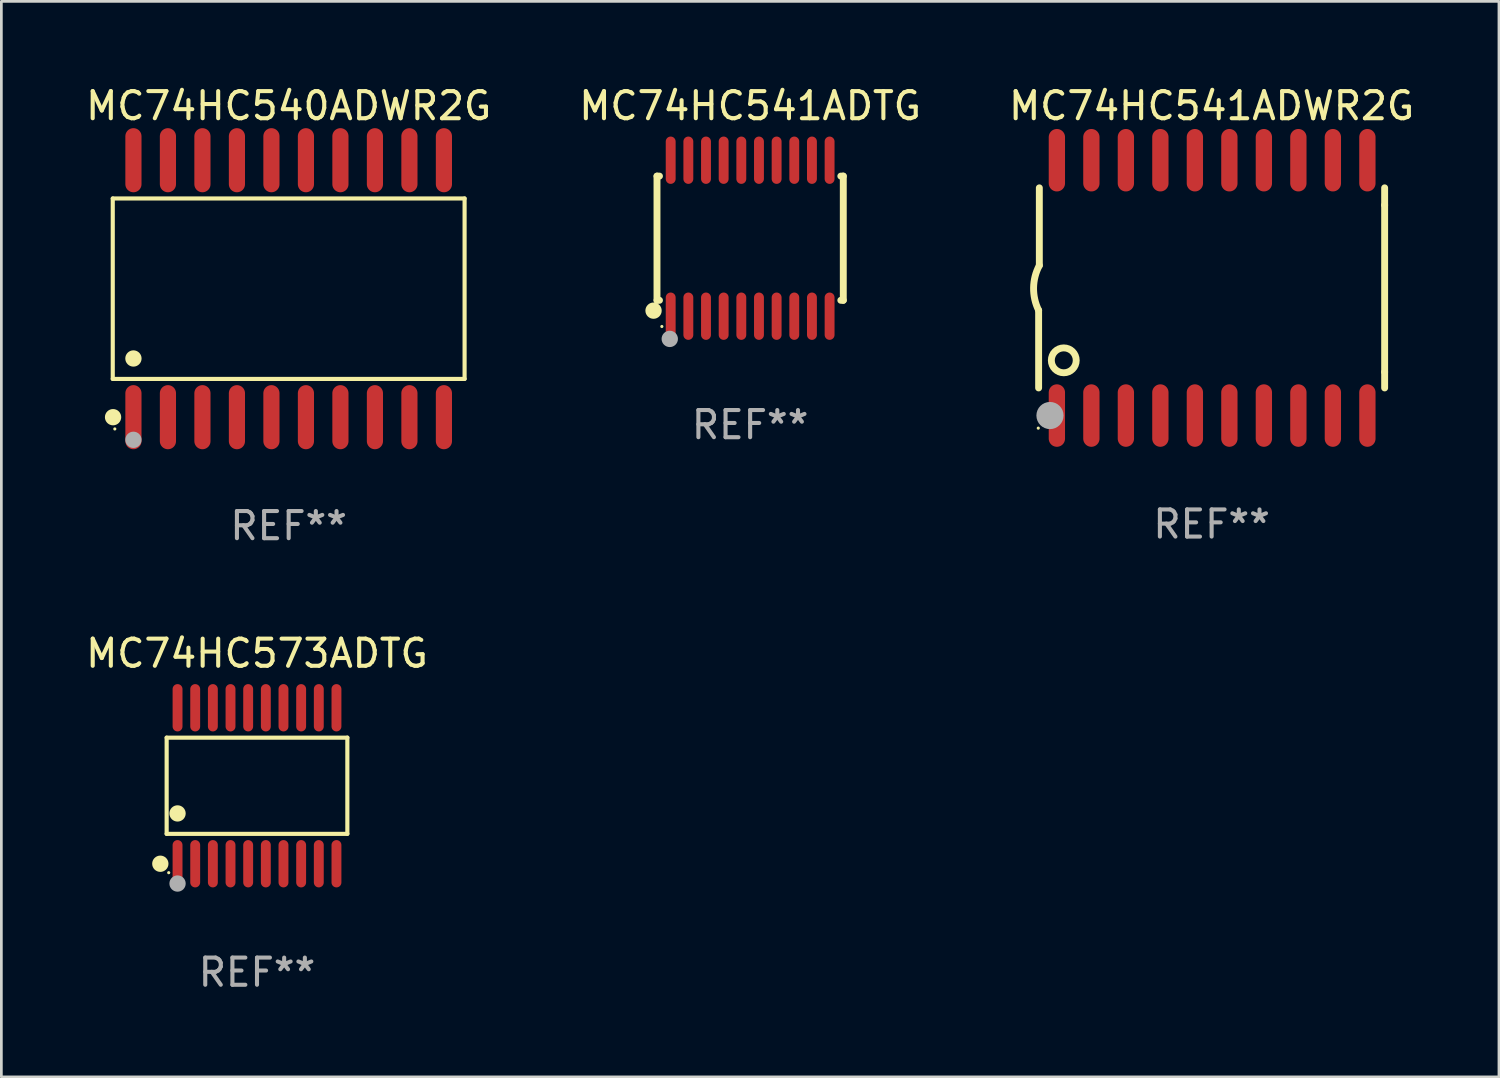
<source format=kicad_pcb>
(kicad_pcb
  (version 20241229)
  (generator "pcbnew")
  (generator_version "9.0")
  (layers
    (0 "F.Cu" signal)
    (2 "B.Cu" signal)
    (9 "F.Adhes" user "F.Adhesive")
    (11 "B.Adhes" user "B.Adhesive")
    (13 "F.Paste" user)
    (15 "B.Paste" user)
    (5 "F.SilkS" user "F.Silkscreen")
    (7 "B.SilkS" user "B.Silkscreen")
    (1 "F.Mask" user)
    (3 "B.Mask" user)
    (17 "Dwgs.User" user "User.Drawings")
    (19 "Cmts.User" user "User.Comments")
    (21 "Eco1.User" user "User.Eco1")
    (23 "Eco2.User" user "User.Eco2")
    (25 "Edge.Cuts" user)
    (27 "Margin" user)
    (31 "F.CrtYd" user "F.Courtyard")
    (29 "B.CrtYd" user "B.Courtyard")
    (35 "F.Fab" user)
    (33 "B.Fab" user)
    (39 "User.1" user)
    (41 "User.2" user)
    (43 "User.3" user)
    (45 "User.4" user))
  (footprint "MC74HC541ADWR2G"
    (layer "F.Cu")
    (at 41.554 7.548)
    (property "Reference" "MC74HC541ADWR2G" (at 0 -6.7 0) (layer "F.SilkS") (effects (font (size 1 1) (thickness 0.15))))
    (attr through_hole)
    (fp_line (start -6.369 0.826) (end -6.369 3.683) (stroke (width 0.254) (type solid)) (layer "F.SilkS"))
    (fp_line (start -6.343 -0.825) (end -6.343 -3.683) (stroke (width 0.254) (type solid)) (layer "F.SilkS"))
    (fp_line (start 6.369 -3.048) (end 6.369 -3.683) (stroke (width 0.254) (type solid)) (layer "F.SilkS"))
    (fp_line (start 6.369 -3.048) (end 6.369 3.096) (stroke (width 0.254) (type solid)) (layer "F.SilkS"))
    (fp_line (start 6.369 3.096) (end 6.369 3.683) (stroke (width 0.254) (type solid)) (layer "F.SilkS"))
    (fp_arc (start -6.36853 0.825552) (mid -6.554743 -0.00301) (end -6.343129 -0.825451) (stroke (width 0.254001) (type solid)) (layer "F.SilkS"))
    (fp_circle (center -6.382 5.163) (end -6.352 5.163) (stroke (width 0.06) (type solid)) (fill no) (layer "F.SilkS"))
    (fp_circle (center -5.443 2.667) (end -4.985 2.667) (stroke (width 0.254) (type solid)) (fill no) (layer "F.SilkS"))
    (fp_circle (center -5.951 4.699) (end -5.701 4.699) (stroke (width 0.5) (type solid)) (fill no) (layer "F.Fab"))
    (fp_text user "REF**" (at 0 8.7 0) (layer "F.Fab") (effects (font (size 1 1) (thickness 0.15))))
    (pad "1" smd oval (at -5.697 4.7 180) (size 0.6 2.3) (layers "F.Cu" "F.Mask" "F.Paste"))
    (pad "2" smd oval (at -4.427 4.7 180) (size 0.6 2.3) (layers "F.Cu" "F.Mask" "F.Paste"))
    (pad "3" smd oval (at -3.157 4.7 180) (size 0.6 2.3) (layers "F.Cu" "F.Mask" "F.Paste"))
    (pad "4" smd oval (at -1.887 4.7 180) (size 0.6 2.3) (layers "F.Cu" "F.Mask" "F.Paste"))
    (pad "5" smd oval (at -0.617 4.7 180) (size 0.6 2.3) (layers "F.Cu" "F.Mask" "F.Paste"))
    (pad "6" smd oval (at 0.653 4.7 180) (size 0.6 2.3) (layers "F.Cu" "F.Mask" "F.Paste"))
    (pad "7" smd oval (at 1.923 4.7 180) (size 0.6 2.3) (layers "F.Cu" "F.Mask" "F.Paste"))
    (pad "8" smd oval (at 3.193 4.7 180) (size 0.6 2.3) (layers "F.Cu" "F.Mask" "F.Paste"))
    (pad "9" smd oval (at 4.463 4.7 180) (size 0.6 2.3) (layers "F.Cu" "F.Mask" "F.Paste"))
    (pad "10" smd oval (at 5.734 4.7 180) (size 0.6 2.3) (layers "F.Cu" "F.Mask" "F.Paste"))
    (pad "11" smd oval (at 5.734 -4.7 180) (size 0.6 2.3) (layers "F.Cu" "F.Mask" "F.Paste"))
    (pad "12" smd oval (at 4.463 -4.7 180) (size 0.6 2.3) (layers "F.Cu" "F.Mask" "F.Paste"))
    (pad "13" smd oval (at 3.193 -4.7 180) (size 0.6 2.3) (layers "F.Cu" "F.Mask" "F.Paste"))
    (pad "14" smd oval (at 1.923 -4.7 180) (size 0.6 2.3) (layers "F.Cu" "F.Mask" "F.Paste"))
    (pad "15" smd oval (at 0.653 -4.7 180) (size 0.6 2.3) (layers "F.Cu" "F.Mask" "F.Paste"))
    (pad "16" smd oval (at -0.617 -4.7 180) (size 0.6 2.3) (layers "F.Cu" "F.Mask" "F.Paste"))
    (pad "17" smd oval (at -1.887 -4.7 180) (size 0.6 2.3) (layers "F.Cu" "F.Mask" "F.Paste"))
    (pad "18" smd oval (at -3.157 -4.7 180) (size 0.6 2.3) (layers "F.Cu" "F.Mask" "F.Paste"))
    (pad "19" smd oval (at -4.427 -4.7 180) (size 0.6 2.3) (layers "F.Cu" "F.Mask" "F.Paste"))
    (pad "20" smd oval (at -5.697 -4.7 180) (size 0.6 2.3) (layers "F.Cu" "F.Mask" "F.Paste")))
  (footprint "MC74HC540ADWR2G"
    (layer "F.Cu")
    (at 7.577 7.578)
    (property "Reference" "MC74HC540ADWR2G" (at 0 -6.73 0) (layer "F.SilkS") (effects (font (size 1 1) (thickness 0.15))))
    (attr through_hole)
    (fp_line (start -6.476 -3.321) (end 6.476 -3.321) (stroke (width 0.152) (type solid)) (layer "F.SilkS"))
    (fp_line (start -6.476 3.321) (end -6.476 -3.321) (stroke (width 0.152) (type solid)) (layer "F.SilkS"))
    (fp_line (start 6.476 -3.321) (end 6.476 3.321) (stroke (width 0.152) (type solid)) (layer "F.SilkS"))
    (fp_line (start 6.476 3.321) (end -6.476 3.321) (stroke (width 0.152) (type solid)) (layer "F.SilkS"))
    (fp_circle (center -6.465 4.73) (end -6.315 4.73) (stroke (width 0.3) (type solid)) (fill no) (layer "F.SilkS"))
    (fp_circle (center -6.4 5.163) (end -6.37 5.163) (stroke (width 0.06) (type solid)) (fill no) (layer "F.SilkS"))
    (fp_circle (center -5.715 2.569) (end -5.565 2.569) (stroke (width 0.3) (type solid)) (fill no) (layer "F.SilkS"))
    (fp_circle (center -5.715 5.563) (end -5.565 5.563) (stroke (width 0.3) (type solid)) (fill no) (layer "F.Fab"))
    (fp_text user "REF**" (at 0 8.73 0) (layer "F.Fab") (effects (font (size 1 1) (thickness 0.15))))
    (pad "1" smd oval (at -5.715 4.73) (size 0.595 2.36) (layers "F.Cu" "F.Mask" "F.Paste"))
    (pad "2" smd oval (at -4.445 4.73) (size 0.595 2.36) (layers "F.Cu" "F.Mask" "F.Paste"))
    (pad "3" smd oval (at -3.175 4.73) (size 0.595 2.36) (layers "F.Cu" "F.Mask" "F.Paste"))
    (pad "4" smd oval (at -1.905 4.73) (size 0.595 2.36) (layers "F.Cu" "F.Mask" "F.Paste"))
    (pad "5" smd oval (at -0.635 4.73) (size 0.595 2.36) (layers "F.Cu" "F.Mask" "F.Paste"))
    (pad "6" smd oval (at 0.635 4.73) (size 0.595 2.36) (layers "F.Cu" "F.Mask" "F.Paste"))
    (pad "7" smd oval (at 1.905 4.73) (size 0.595 2.36) (layers "F.Cu" "F.Mask" "F.Paste"))
    (pad "8" smd oval (at 3.175 4.73) (size 0.595 2.36) (layers "F.Cu" "F.Mask" "F.Paste"))
    (pad "9" smd oval (at 4.445 4.73) (size 0.595 2.36) (layers "F.Cu" "F.Mask" "F.Paste"))
    (pad "10" smd oval (at 5.715 4.73) (size 0.595 2.36) (layers "F.Cu" "F.Mask" "F.Paste"))
    (pad "11" smd oval (at 5.715 -4.73) (size 0.595 2.36) (layers "F.Cu" "F.Mask" "F.Paste"))
    (pad "12" smd oval (at 4.445 -4.73) (size 0.595 2.36) (layers "F.Cu" "F.Mask" "F.Paste"))
    (pad "13" smd oval (at 3.175 -4.73) (size 0.595 2.36) (layers "F.Cu" "F.Mask" "F.Paste"))
    (pad "14" smd oval (at 1.905 -4.73) (size 0.595 2.36) (layers "F.Cu" "F.Mask" "F.Paste"))
    (pad "15" smd oval (at 0.635 -4.73) (size 0.595 2.36) (layers "F.Cu" "F.Mask" "F.Paste"))
    (pad "16" smd oval (at -0.635 -4.73) (size 0.595 2.36) (layers "F.Cu" "F.Mask" "F.Paste"))
    (pad "17" smd oval (at -1.905 -4.73) (size 0.595 2.36) (layers "F.Cu" "F.Mask" "F.Paste"))
    (pad "18" smd oval (at -3.175 -4.73) (size 0.595 2.36) (layers "F.Cu" "F.Mask" "F.Paste"))
    (pad "19" smd oval (at -4.445 -4.73) (size 0.595 2.36) (layers "F.Cu" "F.Mask" "F.Paste"))
    (pad "20" smd oval (at -5.715 -4.73) (size 0.595 2.36) (layers "F.Cu" "F.Mask" "F.Paste")))
  (footprint "MC74HC573ADTG"
    (layer "F.Cu")
    (at 6.411 25.876)
    (property "Reference" "MC74HC573ADTG" (at 0 -4.871 0) (layer "F.SilkS") (effects (font (size 1 1) (thickness 0.15))))
    (attr through_hole)
    (fp_line (start -3.326 -1.771) (end 3.326 -1.771) (stroke (width 0.152) (type solid)) (layer "F.SilkS"))
    (fp_line (start -3.326 1.771) (end -3.326 -1.771) (stroke (width 0.152) (type solid)) (layer "F.SilkS"))
    (fp_line (start 3.326 -1.771) (end 3.326 1.771) (stroke (width 0.152) (type solid)) (layer "F.SilkS"))
    (fp_line (start 3.326 1.771) (end -3.326 1.771) (stroke (width 0.152) (type solid)) (layer "F.SilkS"))
    (fp_circle (center -3.559 2.871) (end -3.409 2.871) (stroke (width 0.3) (type solid)) (fill no) (layer "F.SilkS"))
    (fp_circle (center -3.25 3.2) (end -3.22 3.2) (stroke (width 0.06) (type solid)) (fill no) (layer "F.SilkS"))
    (fp_circle (center -2.925 1.019) (end -2.775 1.019) (stroke (width 0.3) (type solid)) (fill no) (layer "F.SilkS"))
    (fp_circle (center -2.925 3.6) (end -2.775 3.6) (stroke (width 0.3) (type solid)) (fill no) (layer "F.Fab"))
    (fp_text user "REF**" (at 0 6.871 0) (layer "F.Fab") (effects (font (size 1 1) (thickness 0.15))))
    (pad "1" smd oval (at -2.925 2.871) (size 0.364 1.742) (layers "F.Cu" "F.Mask" "F.Paste"))
    (pad "2" smd oval (at -2.275 2.871) (size 0.364 1.742) (layers "F.Cu" "F.Mask" "F.Paste"))
    (pad "3" smd oval (at -1.625 2.871) (size 0.364 1.742) (layers "F.Cu" "F.Mask" "F.Paste"))
    (pad "4" smd oval (at -0.975 2.871) (size 0.364 1.742) (layers "F.Cu" "F.Mask" "F.Paste"))
    (pad "5" smd oval (at -0.325 2.871) (size 0.364 1.742) (layers "F.Cu" "F.Mask" "F.Paste"))
    (pad "6" smd oval (at 0.325 2.871) (size 0.364 1.742) (layers "F.Cu" "F.Mask" "F.Paste"))
    (pad "7" smd oval (at 0.975 2.871) (size 0.364 1.742) (layers "F.Cu" "F.Mask" "F.Paste"))
    (pad "8" smd oval (at 1.625 2.871) (size 0.364 1.742) (layers "F.Cu" "F.Mask" "F.Paste"))
    (pad "9" smd oval (at 2.275 2.871) (size 0.364 1.742) (layers "F.Cu" "F.Mask" "F.Paste"))
    (pad "10" smd oval (at 2.925 2.871) (size 0.364 1.742) (layers "F.Cu" "F.Mask" "F.Paste"))
    (pad "11" smd oval (at 2.925 -2.871) (size 0.364 1.742) (layers "F.Cu" "F.Mask" "F.Paste"))
    (pad "12" smd oval (at 2.275 -2.871) (size 0.364 1.742) (layers "F.Cu" "F.Mask" "F.Paste"))
    (pad "13" smd oval (at 1.625 -2.871) (size 0.364 1.742) (layers "F.Cu" "F.Mask" "F.Paste"))
    (pad "14" smd oval (at 0.975 -2.871) (size 0.364 1.742) (layers "F.Cu" "F.Mask" "F.Paste"))
    (pad "15" smd oval (at 0.325 -2.871) (size 0.364 1.742) (layers "F.Cu" "F.Mask" "F.Paste"))
    (pad "16" smd oval (at -0.325 -2.871) (size 0.364 1.742) (layers "F.Cu" "F.Mask" "F.Paste"))
    (pad "17" smd oval (at -0.975 -2.871) (size 0.364 1.742) (layers "F.Cu" "F.Mask" "F.Paste"))
    (pad "18" smd oval (at -1.625 -2.871) (size 0.364 1.742) (layers "F.Cu" "F.Mask" "F.Paste"))
    (pad "19" smd oval (at -2.275 -2.871) (size 0.364 1.742) (layers "F.Cu" "F.Mask" "F.Paste"))
    (pad "20" smd oval (at -2.925 -2.871) (size 0.364 1.742) (layers "F.Cu" "F.Mask" "F.Paste")))
  (footprint "MC74HC541ADTG"
    (layer "F.Cu")
    (at 24.565 5.719)
    (property "Reference" "MC74HC541ADTG" (at 0 -4.871 0) (layer "F.SilkS") (effects (font (size 1 1) (thickness 0.15))))
    (attr through_hole)
    (fp_line (start -3.429 -2.286) (end -3.429 2.286) (stroke (width 0.254) (type solid)) (layer "F.SilkS"))
    (fp_line (start -3.429 2.286) (end -3.338 2.286) (stroke (width 0.254) (type solid)) (layer "F.SilkS"))
    (fp_line (start -3.338 -2.286) (end -3.429 -2.286) (stroke (width 0.254) (type solid)) (layer "F.SilkS"))
    (fp_line (start 3.338 -2.286) (end 3.429 -2.286) (stroke (width 0.254) (type solid)) (layer "F.SilkS"))
    (fp_line (start 3.429 -2.286) (end 3.429 2.286) (stroke (width 0.254) (type solid)) (layer "F.SilkS"))
    (fp_line (start 3.429 2.286) (end 3.338 2.286) (stroke (width 0.254) (type solid)) (layer "F.SilkS"))
    (fp_circle (center -3.556 2.667) (end -3.406 2.667) (stroke (width 0.3) (type solid)) (fill no) (layer "F.SilkS"))
    (fp_circle (center -3.25 3.25) (end -3.22 3.25) (stroke (width 0.06) (type solid)) (fill no) (layer "F.SilkS"))
    (fp_circle (center -2.959 3.707) (end -2.808 3.707) (stroke (width 0.3) (type solid)) (fill no) (layer "F.Fab"))
    (fp_text user "REF**" (at 0 6.871 0) (layer "F.Fab") (effects (font (size 1 1) (thickness 0.15))))
    (pad "1" smd oval (at -2.925 2.871) (size 0.364 1.742) (layers "F.Cu" "F.Mask" "F.Paste"))
    (pad "2" smd oval (at -2.275 2.871) (size 0.364 1.742) (layers "F.Cu" "F.Mask" "F.Paste"))
    (pad "3" smd oval (at -1.625 2.871) (size 0.364 1.742) (layers "F.Cu" "F.Mask" "F.Paste"))
    (pad "4" smd oval (at -0.975 2.871) (size 0.364 1.742) (layers "F.Cu" "F.Mask" "F.Paste"))
    (pad "5" smd oval (at -0.325 2.871) (size 0.364 1.742) (layers "F.Cu" "F.Mask" "F.Paste"))
    (pad "6" smd oval (at 0.325 2.871) (size 0.364 1.742) (layers "F.Cu" "F.Mask" "F.Paste"))
    (pad "7" smd oval (at 0.975 2.871) (size 0.364 1.742) (layers "F.Cu" "F.Mask" "F.Paste"))
    (pad "8" smd oval (at 1.625 2.871) (size 0.364 1.742) (layers "F.Cu" "F.Mask" "F.Paste"))
    (pad "9" smd oval (at 2.275 2.871) (size 0.364 1.742) (layers "F.Cu" "F.Mask" "F.Paste"))
    (pad "10" smd oval (at 2.925 2.871) (size 0.364 1.742) (layers "F.Cu" "F.Mask" "F.Paste"))
    (pad "11" smd oval (at 2.925 -2.871) (size 0.364 1.742) (layers "F.Cu" "F.Mask" "F.Paste"))
    (pad "12" smd oval (at 2.275 -2.871) (size 0.364 1.742) (layers "F.Cu" "F.Mask" "F.Paste"))
    (pad "13" smd oval (at 1.625 -2.871) (size 0.364 1.742) (layers "F.Cu" "F.Mask" "F.Paste"))
    (pad "14" smd oval (at 0.975 -2.871) (size 0.364 1.742) (layers "F.Cu" "F.Mask" "F.Paste"))
    (pad "15" smd oval (at 0.325 -2.871) (size 0.364 1.742) (layers "F.Cu" "F.Mask" "F.Paste"))
    (pad "16" smd oval (at -0.325 -2.871) (size 0.364 1.742) (layers "F.Cu" "F.Mask" "F.Paste"))
    (pad "17" smd oval (at -0.975 -2.871) (size 0.364 1.742) (layers "F.Cu" "F.Mask" "F.Paste"))
    (pad "18" smd oval (at -1.625 -2.871) (size 0.364 1.742) (layers "F.Cu" "F.Mask" "F.Paste"))
    (pad "19" smd oval (at -2.275 -2.871) (size 0.364 1.742) (layers "F.Cu" "F.Mask" "F.Paste"))
    (pad "20" smd oval (at -2.925 -2.871) (size 0.364 1.742) (layers "F.Cu" "F.Mask" "F.Paste")))
  (gr_rect
    (start -3 -3)
    (end 52.131 36.595)
    (stroke (width 0.1) (type default))
    (fill no)
    (layer "Edge.Cuts")))
</source>
